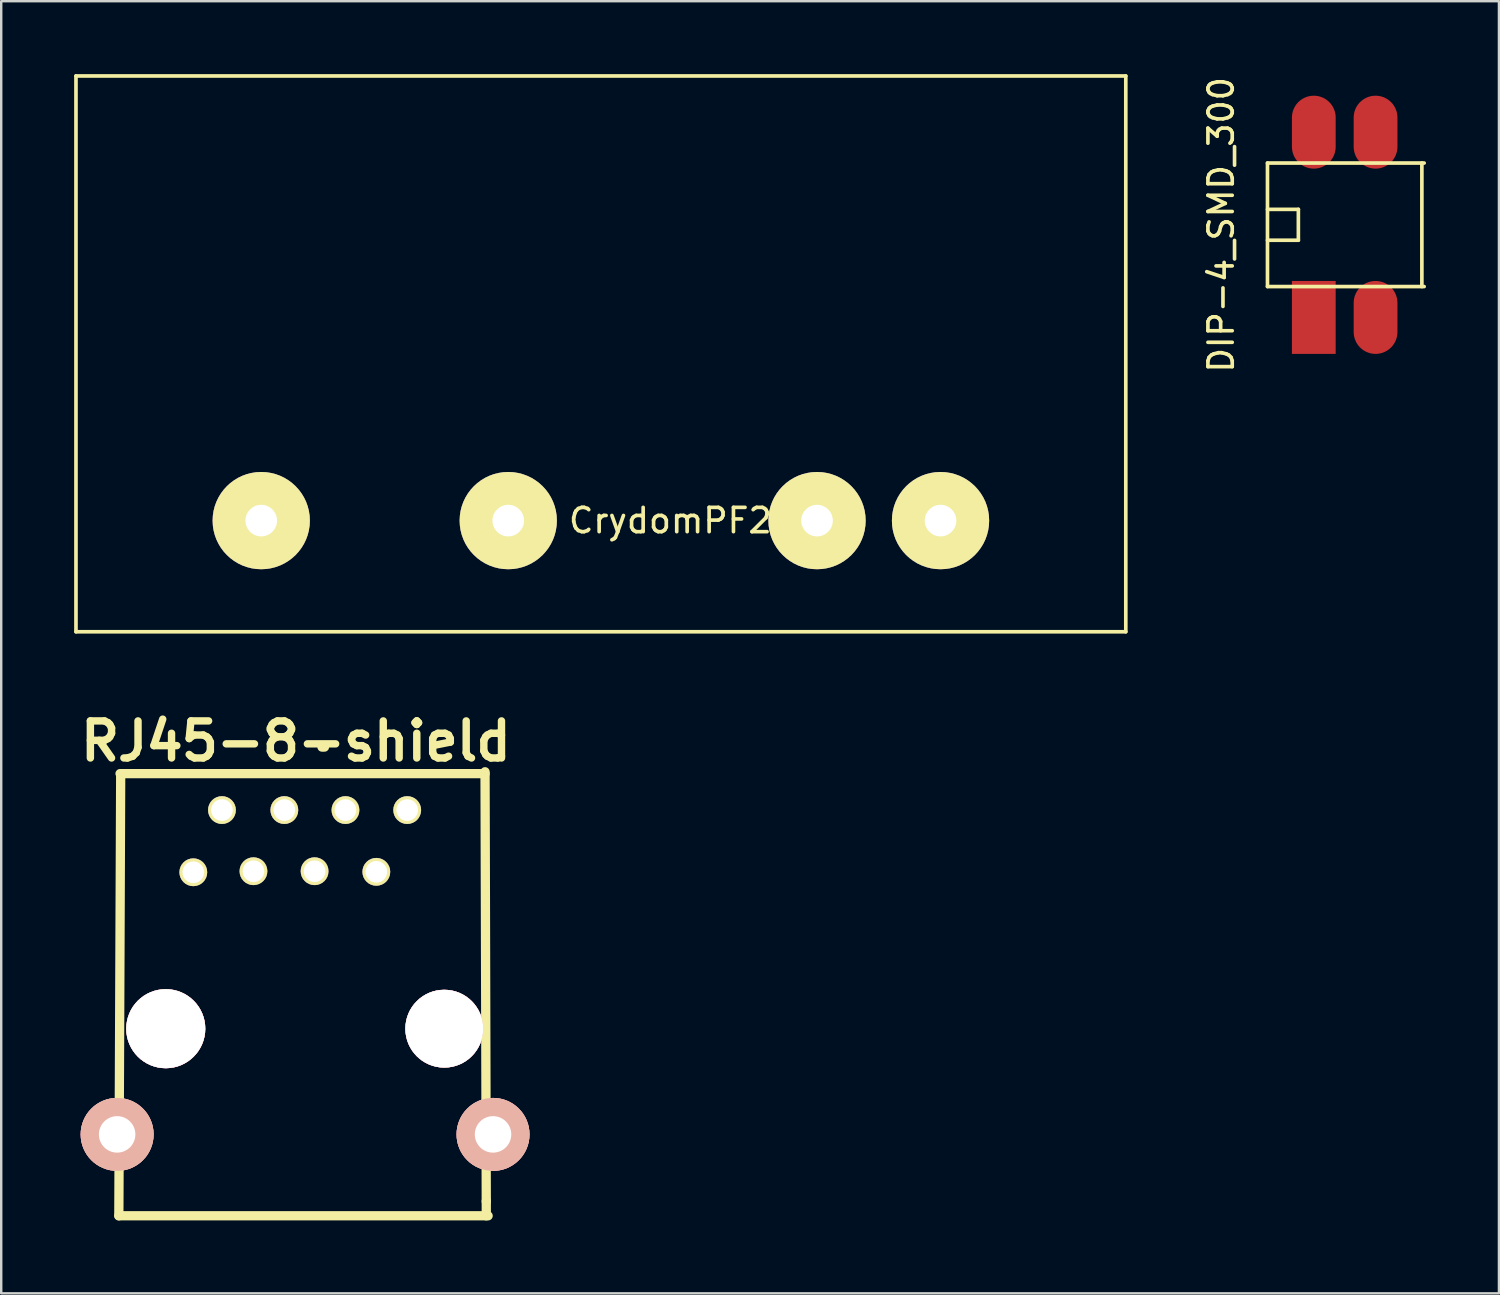
<source format=kicad_pcb>
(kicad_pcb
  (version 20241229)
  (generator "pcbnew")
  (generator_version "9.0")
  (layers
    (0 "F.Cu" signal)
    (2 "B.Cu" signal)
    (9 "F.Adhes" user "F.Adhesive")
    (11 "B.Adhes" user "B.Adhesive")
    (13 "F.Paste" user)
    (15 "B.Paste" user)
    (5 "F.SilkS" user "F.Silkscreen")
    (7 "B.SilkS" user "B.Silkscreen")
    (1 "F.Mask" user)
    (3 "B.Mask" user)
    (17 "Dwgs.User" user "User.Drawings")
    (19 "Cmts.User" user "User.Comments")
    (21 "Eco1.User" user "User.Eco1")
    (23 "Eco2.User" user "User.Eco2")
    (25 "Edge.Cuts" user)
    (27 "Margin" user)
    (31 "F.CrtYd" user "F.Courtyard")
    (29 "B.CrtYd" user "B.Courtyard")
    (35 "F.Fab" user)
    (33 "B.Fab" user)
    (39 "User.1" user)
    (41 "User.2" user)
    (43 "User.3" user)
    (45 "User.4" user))
  (footprint "CrydomPF240"
    (layer "F.Cu")
    (at 7.695 18.363)
    (property "Reference" "CrydomPF240" (at 17.78 0 0) (layer "F.SilkS") (effects (font (size 1 1) (thickness 0.15))))
    (attr through_hole)
    (fp_line (start -7.62 -18.288) (end -7.62 4.572) (stroke (width 0.15) (type solid)) (layer "F.SilkS"))
    (fp_line (start -7.62 -18.288) (end 35.56 -18.288) (stroke (width 0.15) (type solid)) (layer "F.SilkS"))
    (fp_line (start -7.62 4.572) (end 35.56 4.572) (stroke (width 0.15) (type solid)) (layer "F.SilkS"))
    (fp_line (start 35.56 -18.288) (end 35.56 4.572) (stroke (width 0.15) (type solid)) (layer "F.SilkS"))
    (pad "1" thru_hole circle (at 0 0) (size 4 4) (drill 1.3) (layers "*.Cu" "*.Mask" "F.SilkS"))
    (pad "2" thru_hole circle (at 10.16 0) (size 4 4) (drill 1.3) (layers "*.Cu" "*.Mask" "F.SilkS"))
    (pad "3" thru_hole circle (at 22.86 0) (size 4 4) (drill 1.3) (layers "*.Cu" "*.Mask" "F.SilkS"))
    (pad "4" thru_hole circle (at 27.94 0) (size 4 4) (drill 1.3) (layers "*.Cu" "*.Mask" "F.SilkS")))
  (footprint "RJ45-8-shield"
    (layer "F.Cu")
    (at 9.229 32.809)
    (property "Reference" "RJ45-8-shield" (at -0.107 -5.372 0) (layer "F.SilkS") (effects (font (size 1.524 1.524) (thickness 0.305))))
    (attr through_hole)
    (fp_line (start -7.391 14.148) (end 7.798 14.148) (stroke (width 0.381) (type solid)) (layer "F.SilkS"))
    (fp_line (start -7.315 -3.988) (end -7.391 14.148) (stroke (width 0.381) (type solid)) (layer "F.SilkS"))
    (fp_line (start 1.067 -5.131) (end 0.965 -5.131) (stroke (width 0.381) (type solid)) (layer "F.SilkS"))
    (fp_line (start 7.671 -4.115) (end 7.722 13.564) (stroke (width 0.381) (type solid)) (layer "F.SilkS"))
    (fp_line (start 7.671 -4.039) (end -7.341 -4.039) (stroke (width 0.381) (type solid)) (layer "F.SilkS"))
    (fp_line (start 7.722 13.538) (end 7.722 14.148) (stroke (width 0.381) (type solid)) (layer "F.SilkS"))
    (pad "1" thru_hole circle (at 3.2 0) (size 1.143 1.143) (drill 0.889) (layers "*.Cu" "*.Mask" "F.SilkS"))
    (pad "2" thru_hole circle (at 0.66 -0.025) (size 1.143 1.143) (drill 0.889) (layers "*.Cu" "*.Mask" "F.SilkS"))
    (pad "3" thru_hole circle (at -1.854 -0.025) (size 1.143 1.143) (drill 0.889) (layers "*.Cu" "*.Mask" "F.SilkS"))
    (pad "4" thru_hole circle (at -4.328 0.018) (size 1.143 1.143) (drill 0.889) (layers "*.Cu" "*.Mask" "F.SilkS"))
    (pad "5" thru_hole circle (at 4.47 -2.54) (size 1.143 1.143) (drill 0.889) (layers "*.Cu" "*.Mask" "F.SilkS"))
    (pad "6" thru_hole circle (at 1.93 -2.54) (size 1.143 1.143) (drill 0.889) (layers "*.Cu" "*.Mask" "F.SilkS"))
    (pad "7" thru_hole circle (at -0.584 -2.54) (size 1.143 1.143) (drill 0.889) (layers "*.Cu" "*.Mask" "F.SilkS"))
    (pad "8" thru_hole circle (at -3.15 -2.54) (size 1.143 1.143) (drill 0.889) (layers "*.Cu" "*.Mask" "F.SilkS"))
    (pad "9" thru_hole circle (at -7.461 10.8) (size 3 3) (drill 1.5) (layers "*.Cu" "*.SilkS" "*.Mask" "F.Adhes"))
    (pad "11" thru_hole circle (at 8 10.8) (size 3 3) (drill 1.5) (layers "*.Cu" "*.SilkS" "*.Mask" "F.Adhes"))
    (pad "A" thru_hole circle (at -5.461 6.452) (size 3.251 3.251) (drill 3.251) (layers "*.Cu" "*.SilkS" "*.Mask" "F.Adhes"))
    (pad "B" thru_hole circle (at 5.994 6.452) (size 3.2 3.2) (drill 3.2) (layers "*.Cu" "*.SilkS" "*.Mask" "F.Adhes")))
  (footprint "DIP-4_SMD_300"
    (layer "F.Cu")
    (at 53.528 6.196)
    (property "Reference" "DIP-4_SMD_300" (at -6.35 0 90) (layer "F.SilkS") (effects (font (size 1 1) (thickness 0.15))))
    (attr through_hole)
    (fp_line (start -4.445 -2.54) (end 2 -2.54) (stroke (width 0.15) (type solid)) (layer "F.SilkS"))
    (fp_line (start -4.445 -0.635) (end -3.175 -0.635) (stroke (width 0.15) (type solid)) (layer "F.SilkS"))
    (fp_line (start -4.445 2.54) (end -4.445 -2.54) (stroke (width 0.15) (type solid)) (layer "F.SilkS"))
    (fp_line (start -3.175 -0.635) (end -3.175 0.635) (stroke (width 0.15) (type solid)) (layer "F.SilkS"))
    (fp_line (start -3.175 0.635) (end -4.445 0.635) (stroke (width 0.15) (type solid)) (layer "F.SilkS"))
    (fp_line (start 1.905 -2.54) (end 1.905 2.54) (stroke (width 0.15) (type solid)) (layer "F.SilkS"))
    (fp_line (start 2 2.54) (end -4.445 2.54) (stroke (width 0.15) (type solid)) (layer "F.SilkS"))
    (pad "1" smd rect (at -2.54 3.81) (size 1.8 3) (layers "F.Cu" "F.Mask" "F.Paste"))
    (pad "2" smd oval (at 0 3.81) (size 1.8 3) (layers "F.Cu" "F.Mask" "F.Paste"))
    (pad "3" smd oval (at 0 -3.81) (size 1.8 3) (layers "F.Cu" "F.Mask" "F.Paste"))
    (pad "4" smd oval (at -2.54 -3.81) (size 1.8 3) (layers "F.Cu" "F.Mask" "F.Paste")))
  (gr_rect
    (start -3 -3)
    (end 58.603 50.147)
    (stroke (width 0.1) (type default))
    (fill no)
    (layer "Edge.Cuts")))
</source>
